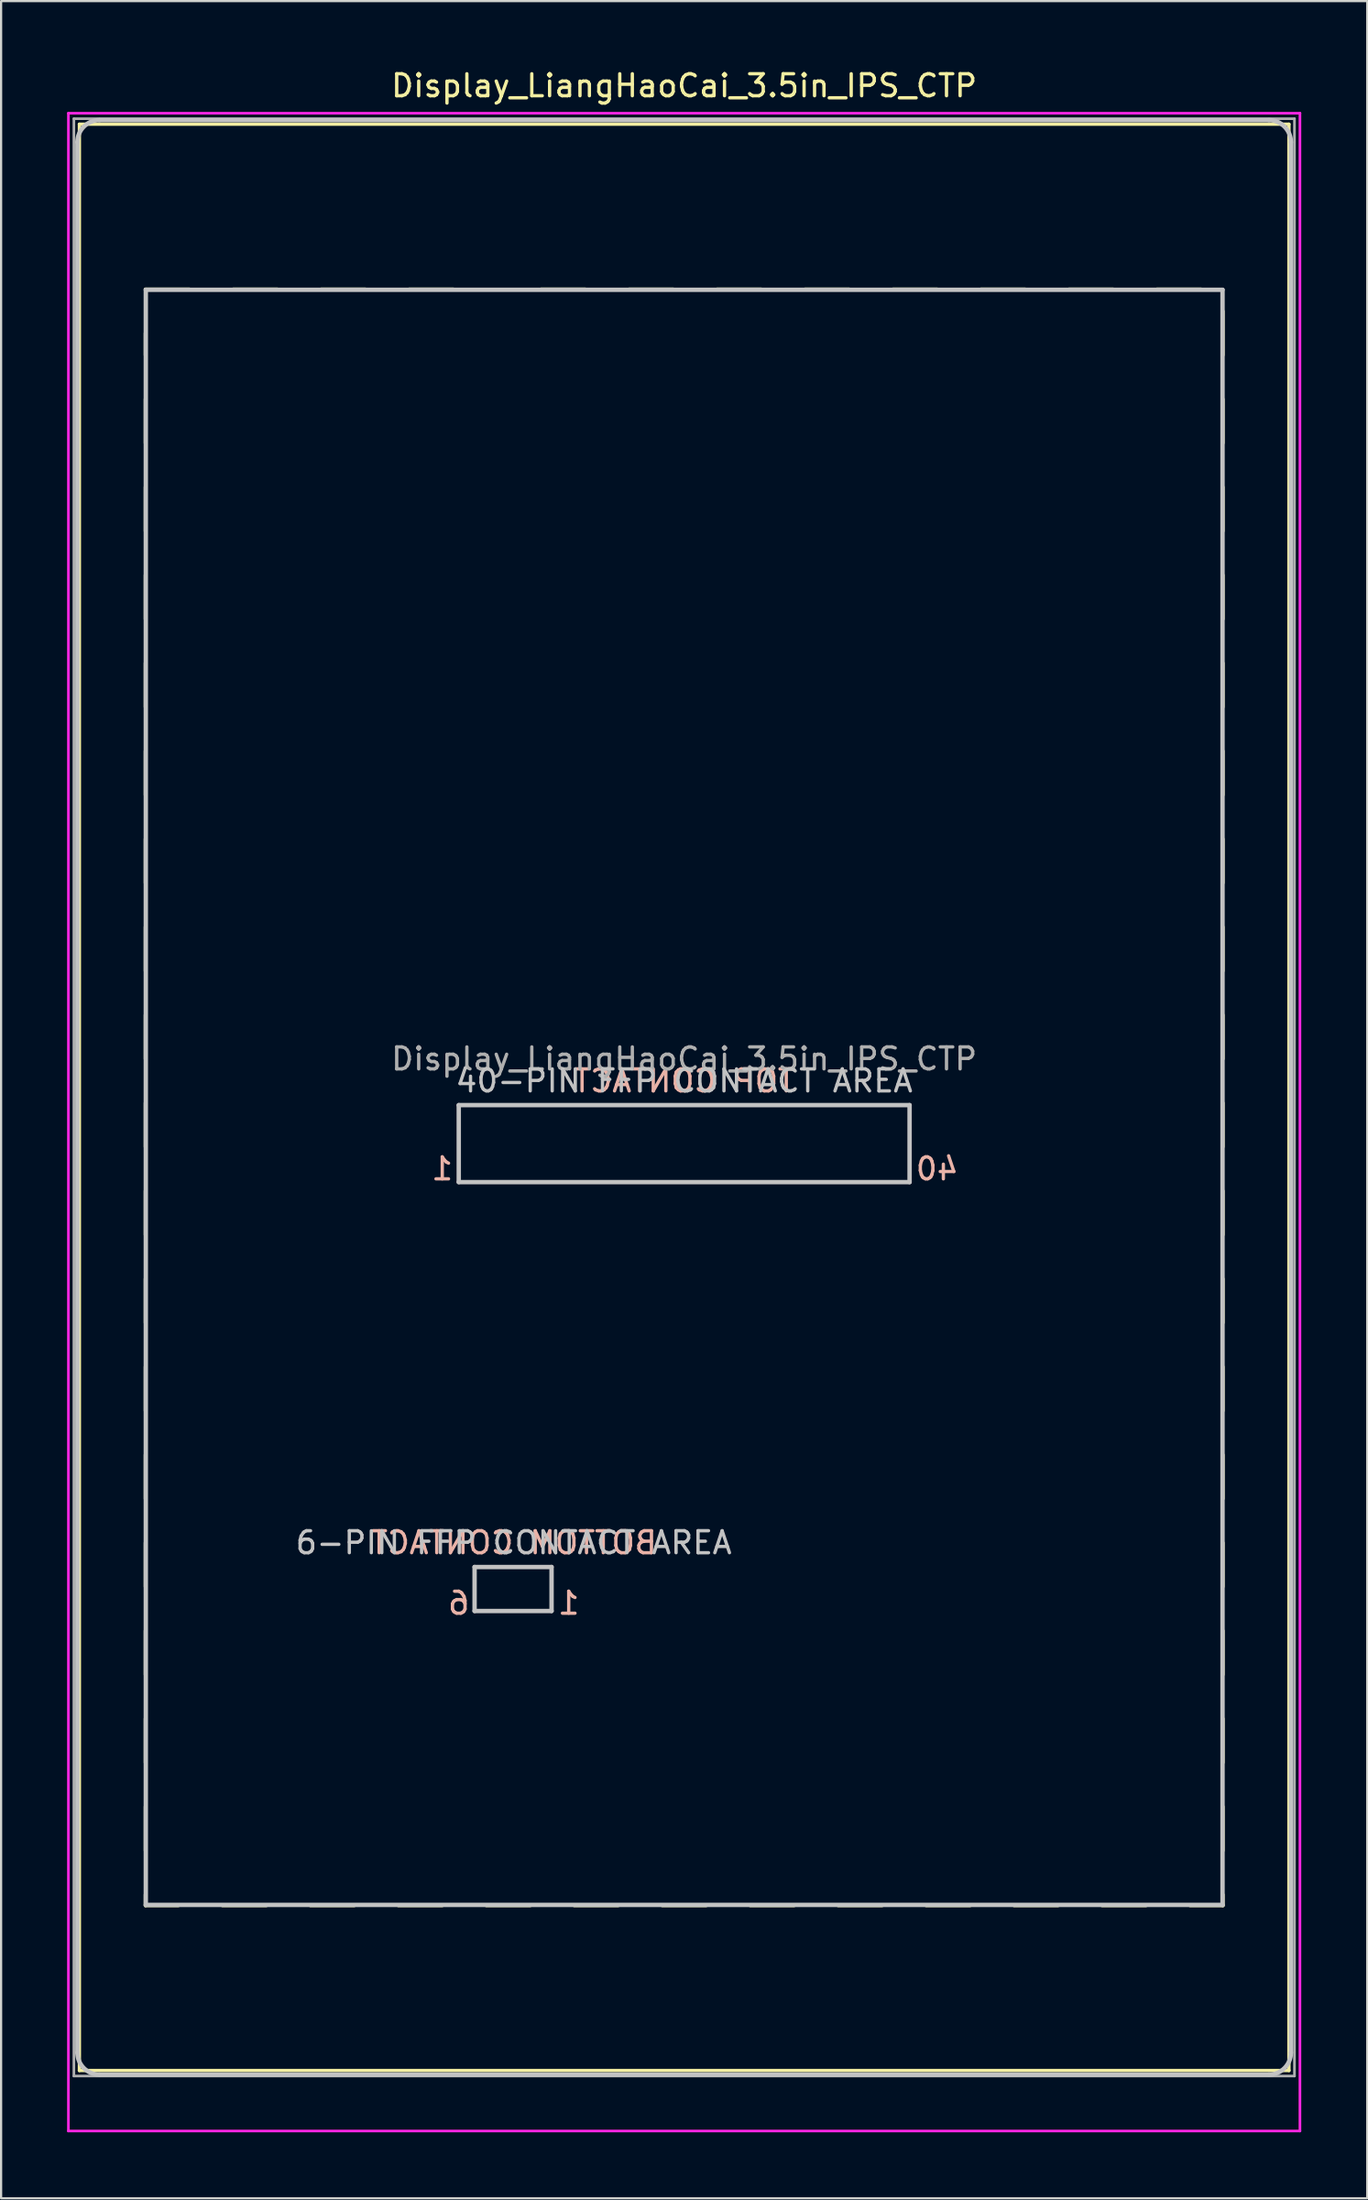
<source format=kicad_pcb>
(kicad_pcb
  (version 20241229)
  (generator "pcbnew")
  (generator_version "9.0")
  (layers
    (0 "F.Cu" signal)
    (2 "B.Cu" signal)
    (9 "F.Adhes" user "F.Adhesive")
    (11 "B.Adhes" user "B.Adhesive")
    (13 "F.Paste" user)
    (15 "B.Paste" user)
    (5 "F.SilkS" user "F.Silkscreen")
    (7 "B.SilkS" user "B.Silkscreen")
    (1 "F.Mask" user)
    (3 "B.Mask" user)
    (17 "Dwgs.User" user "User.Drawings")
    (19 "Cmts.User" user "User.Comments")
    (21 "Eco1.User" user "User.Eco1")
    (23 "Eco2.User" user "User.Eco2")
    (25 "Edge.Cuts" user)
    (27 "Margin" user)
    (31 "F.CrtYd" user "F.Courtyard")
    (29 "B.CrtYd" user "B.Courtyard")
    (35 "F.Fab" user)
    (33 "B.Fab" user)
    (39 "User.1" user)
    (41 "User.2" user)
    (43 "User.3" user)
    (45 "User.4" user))
  (footprint "Display_LiangHaoCai_3.5in_IPS_CTP"
    (layer "F.Cu")
    (at 28.06 46.848)
    (property "Reference" "Display_LiangHaoCai_3.5in_IPS_CTP" (at 0 -46 0) (layer "F.SilkS") (effects (font (size 1 1) (thickness 0.15))))
    (attr through_hole)
    (fp_line (start -27.5 -44.25) (end -27.5 44.25) (stroke (width 0.15) (type solid)) (layer "F.SilkS"))
    (fp_line (start -27.5 44.25) (end 27.5 44.25) (stroke (width 0.15) (type solid)) (layer "F.SilkS"))
    (fp_line (start -24.5 -36.75) (end -22.5 -36.75) (stroke (width 0.15) (type solid)) (layer "F.SilkS"))
    (fp_line (start -24.5 -34.75) (end -24.5 -33.75) (stroke (width 0.15) (type solid)) (layer "F.SilkS"))
    (fp_line (start -24.5 -31.75) (end -24.5 -29.75) (stroke (width 0.15) (type solid)) (layer "F.SilkS"))
    (fp_line (start -24.5 -27.75) (end -24.5 -25.75) (stroke (width 0.15) (type solid)) (layer "F.SilkS"))
    (fp_line (start -24.5 -23.75) (end -24.5 -21.75) (stroke (width 0.15) (type solid)) (layer "F.SilkS"))
    (fp_line (start -24.5 -19.75) (end -24.5 -17.75) (stroke (width 0.15) (type solid)) (layer "F.SilkS"))
    (fp_line (start -24.5 -15.75) (end -24.5 -13.75) (stroke (width 0.15) (type solid)) (layer "F.SilkS"))
    (fp_line (start -24.5 -11.75) (end -24.5 -9.75) (stroke (width 0.15) (type solid)) (layer "F.SilkS"))
    (fp_line (start -24.5 -7.75) (end -24.5 -5.75) (stroke (width 0.15) (type solid)) (layer "F.SilkS"))
    (fp_line (start -24.5 -3.75) (end -24.5 -1.75) (stroke (width 0.15) (type solid)) (layer "F.SilkS"))
    (fp_line (start -24.5 0.25) (end -24.5 2.25) (stroke (width 0.15) (type solid)) (layer "F.SilkS"))
    (fp_line (start -24.5 4.25) (end -24.5 6.25) (stroke (width 0.15) (type solid)) (layer "F.SilkS"))
    (fp_line (start -24.5 8.25) (end -24.5 10.25) (stroke (width 0.15) (type solid)) (layer "F.SilkS"))
    (fp_line (start -24.5 12.25) (end -24.5 14.25) (stroke (width 0.15) (type solid)) (layer "F.SilkS"))
    (fp_line (start -24.5 16.25) (end -24.5 18.25) (stroke (width 0.15) (type solid)) (layer "F.SilkS"))
    (fp_line (start -24.5 20.25) (end -24.5 22.25) (stroke (width 0.15) (type solid)) (layer "F.SilkS"))
    (fp_line (start -24.5 24.25) (end -24.5 26.25) (stroke (width 0.15) (type solid)) (layer "F.SilkS"))
    (fp_line (start -24.5 28.25) (end -24.5 30.25) (stroke (width 0.15) (type solid)) (layer "F.SilkS"))
    (fp_line (start -24.5 32.25) (end -24.5 34.25) (stroke (width 0.15) (type solid)) (layer "F.SilkS"))
    (fp_line (start -24.5 36.75) (end -24.5 36.25) (stroke (width 0.15) (type solid)) (layer "F.SilkS"))
    (fp_line (start -24.5 36.75) (end -23 36.75) (stroke (width 0.15) (type solid)) (layer "F.SilkS"))
    (fp_line (start -21 36.75) (end -19 36.75) (stroke (width 0.15) (type solid)) (layer "F.SilkS"))
    (fp_line (start -20.5 -36.75) (end -18.5 -36.75) (stroke (width 0.15) (type solid)) (layer "F.SilkS"))
    (fp_line (start -17 36.75) (end -15 36.75) (stroke (width 0.15) (type solid)) (layer "F.SilkS"))
    (fp_line (start -16.5 -36.75) (end -14.5 -36.75) (stroke (width 0.15) (type solid)) (layer "F.SilkS"))
    (fp_line (start -13 36.75) (end -11 36.75) (stroke (width 0.15) (type solid)) (layer "F.SilkS"))
    (fp_line (start -12.5 -36.75) (end -10.5 -36.75) (stroke (width 0.15) (type solid)) (layer "F.SilkS"))
    (fp_line (start -9 36.75) (end -7 36.75) (stroke (width 0.15) (type solid)) (layer "F.SilkS"))
    (fp_line (start -6.5 -36.75) (end -4.5 -36.75) (stroke (width 0.15) (type solid)) (layer "F.SilkS"))
    (fp_line (start -5 36.75) (end -3 36.75) (stroke (width 0.15) (type solid)) (layer "F.SilkS"))
    (fp_line (start -2.5 -36.75) (end -0.5 -36.75) (stroke (width 0.15) (type solid)) (layer "F.SilkS"))
    (fp_line (start -1 36.75) (end 1 36.75) (stroke (width 0.15) (type solid)) (layer "F.SilkS"))
    (fp_line (start 1.5 -36.75) (end 3.5 -36.75) (stroke (width 0.15) (type solid)) (layer "F.SilkS"))
    (fp_line (start 3 36.75) (end 5 36.75) (stroke (width 0.15) (type solid)) (layer "F.SilkS"))
    (fp_line (start 5.5 -36.75) (end 7.5 -36.75) (stroke (width 0.15) (type solid)) (layer "F.SilkS"))
    (fp_line (start 7 36.75) (end 9 36.75) (stroke (width 0.15) (type solid)) (layer "F.SilkS"))
    (fp_line (start 9.5 -36.75) (end 11.5 -36.75) (stroke (width 0.15) (type solid)) (layer "F.SilkS"))
    (fp_line (start 11 36.75) (end 13 36.75) (stroke (width 0.15) (type solid)) (layer "F.SilkS"))
    (fp_line (start 13.5 -36.75) (end 15.5 -36.75) (stroke (width 0.15) (type solid)) (layer "F.SilkS"))
    (fp_line (start 15 36.75) (end 17 36.75) (stroke (width 0.15) (type solid)) (layer "F.SilkS"))
    (fp_line (start 17.5 -36.75) (end 19.5 -36.75) (stroke (width 0.15) (type solid)) (layer "F.SilkS"))
    (fp_line (start 19 36.75) (end 21 36.75) (stroke (width 0.15) (type solid)) (layer "F.SilkS"))
    (fp_line (start 21.5 -36.75) (end 23.5 -36.75) (stroke (width 0.15) (type solid)) (layer "F.SilkS"))
    (fp_line (start 24.5 -35.75) (end 24.5 -33.75) (stroke (width 0.15) (type solid)) (layer "F.SilkS"))
    (fp_line (start 24.5 -31.75) (end 24.5 -29.75) (stroke (width 0.15) (type solid)) (layer "F.SilkS"))
    (fp_line (start 24.5 -27.75) (end 24.5 -25.75) (stroke (width 0.15) (type solid)) (layer "F.SilkS"))
    (fp_line (start 24.5 -23.75) (end 24.5 -21.75) (stroke (width 0.15) (type solid)) (layer "F.SilkS"))
    (fp_line (start 24.5 -19.75) (end 24.5 -17.75) (stroke (width 0.15) (type solid)) (layer "F.SilkS"))
    (fp_line (start 24.5 -15.75) (end 24.5 -13.75) (stroke (width 0.15) (type solid)) (layer "F.SilkS"))
    (fp_line (start 24.5 -11.75) (end 24.5 -9.75) (stroke (width 0.15) (type solid)) (layer "F.SilkS"))
    (fp_line (start 24.5 -7.75) (end 24.5 -5.75) (stroke (width 0.15) (type solid)) (layer "F.SilkS"))
    (fp_line (start 24.5 -3.75) (end 24.5 -1.75) (stroke (width 0.15) (type solid)) (layer "F.SilkS"))
    (fp_line (start 24.5 0.25) (end 24.5 2.25) (stroke (width 0.15) (type solid)) (layer "F.SilkS"))
    (fp_line (start 24.5 4.25) (end 24.5 6.25) (stroke (width 0.15) (type solid)) (layer "F.SilkS"))
    (fp_line (start 24.5 8.25) (end 24.5 10.25) (stroke (width 0.15) (type solid)) (layer "F.SilkS"))
    (fp_line (start 24.5 12.25) (end 24.5 14.25) (stroke (width 0.15) (type solid)) (layer "F.SilkS"))
    (fp_line (start 24.5 16.25) (end 24.5 18.25) (stroke (width 0.15) (type solid)) (layer "F.SilkS"))
    (fp_line (start 24.5 20.25) (end 24.5 22.25) (stroke (width 0.15) (type solid)) (layer "F.SilkS"))
    (fp_line (start 24.5 24.25) (end 24.5 26.25) (stroke (width 0.15) (type solid)) (layer "F.SilkS"))
    (fp_line (start 24.5 28.25) (end 24.5 30.25) (stroke (width 0.15) (type solid)) (layer "F.SilkS"))
    (fp_line (start 24.5 32.25) (end 24.5 34.25) (stroke (width 0.15) (type solid)) (layer "F.SilkS"))
    (fp_line (start 24.5 36.25) (end 24.5 36.75) (stroke (width 0.15) (type solid)) (layer "F.SilkS"))
    (fp_line (start 24.5 36.75) (end 23 36.75) (stroke (width 0.15) (type solid)) (layer "F.SilkS"))
    (fp_line (start 27.5 -44.25) (end -27.5 -44.25) (stroke (width 0.15) (type solid)) (layer "F.SilkS"))
    (fp_line (start 27.5 44.25) (end 27.5 -44.25) (stroke (width 0.15) (type solid)) (layer "F.SilkS"))
    (fp_line (start -27.59 -43.435) (end -27.59 43.435) (stroke (width 0.2) (type solid)) (layer "Dwgs.User"))
    (fp_line (start -26.59 44.435) (end 26.59 44.435) (stroke (width 0.2) (type solid)) (layer "Dwgs.User"))
    (fp_line (start -24.48 -36.72) (end -24.48 36.72) (stroke (width 0.2) (type solid)) (layer "Dwgs.User"))
    (fp_line (start -24.48 36.72) (end 24.48 36.72) (stroke (width 0.2) (type solid)) (layer "Dwgs.User"))
    (fp_line (start -10.25 0.353) (end -10.25 3.853) (stroke (width 0.2) (type solid)) (layer "Dwgs.User"))
    (fp_line (start -10.25 0.353) (end 10.25 0.353) (stroke (width 0.2) (type solid)) (layer "Dwgs.User"))
    (fp_line (start -10.25 3.853) (end 10.25 3.853) (stroke (width 0.2) (type solid)) (layer "Dwgs.User"))
    (fp_line (start -9.53 21.355) (end -9.53 23.355) (stroke (width 0.2) (type solid)) (layer "Dwgs.User"))
    (fp_line (start -9.53 21.355) (end -6.03 21.355) (stroke (width 0.2) (type solid)) (layer "Dwgs.User"))
    (fp_line (start -9.53 23.355) (end -6.03 23.355) (stroke (width 0.2) (type solid)) (layer "Dwgs.User"))
    (fp_line (start -6.03 21.355) (end -6.03 23.355) (stroke (width 0.2) (type solid)) (layer "Dwgs.User"))
    (fp_line (start 10.25 0.353) (end 10.25 3.853) (stroke (width 0.2) (type solid)) (layer "Dwgs.User"))
    (fp_line (start 24.48 -36.72) (end -24.48 -36.72) (stroke (width 0.2) (type solid)) (layer "Dwgs.User"))
    (fp_line (start 24.48 36.72) (end 24.48 -36.72) (stroke (width 0.2) (type solid)) (layer "Dwgs.User"))
    (fp_line (start 26.59 -44.435) (end -26.59 -44.435) (stroke (width 0.2) (type solid)) (layer "Dwgs.User"))
    (fp_line (start 27.59 43.435) (end 27.59 -43.435) (stroke (width 0.2) (type solid)) (layer "Dwgs.User"))
    (fp_arc (start -27.59 -43.435) (mid -27.297107 -44.142107) (end -26.59 -44.435) (stroke (width 0.2) (type solid)) (layer "Dwgs.User"))
    (fp_arc (start -26.59 44.435) (mid -27.297107 44.142107) (end -27.59 43.435) (stroke (width 0.2) (type solid)) (layer "Dwgs.User"))
    (fp_arc (start 26.59 -44.435) (mid 27.297107 -44.142107) (end 27.59 -43.435) (stroke (width 0.2) (type solid)) (layer "Dwgs.User"))
    (fp_arc (start 27.59 43.435) (mid 27.297107 44.142107) (end 26.59 44.435) (stroke (width 0.2) (type solid)) (layer "Dwgs.User"))
    (fp_line (start -11.53 24.605) (end -1.53 24.605) (stroke (width 0.2) (type solid)) (layer "Eco1.User"))
    (fp_line (start -11.53 45.435) (end -11.53 24.605) (stroke (width 0.2) (type solid)) (layer "Eco1.User"))
    (fp_line (start -11.53 45.435) (end -1.53 45.435) (stroke (width 0.2) (type solid)) (layer "Eco1.User"))
    (fp_line (start -11.25 8.853) (end 11.25 8.853) (stroke (width 0.2) (type solid)) (layer "Eco1.User"))
    (fp_line (start -11.25 13.853) (end -11.25 8.853) (stroke (width 0.2) (type solid)) (layer "Eco1.User"))
    (fp_line (start -11.25 13.853) (end 11.25 13.853) (stroke (width 0.2) (type solid)) (layer "Eco1.User"))
    (fp_line (start -1.53 45.435) (end -1.53 24.605) (stroke (width 0.2) (type solid)) (layer "Eco1.User"))
    (fp_line (start 11.25 13.853) (end 11.25 8.853) (stroke (width 0.2) (type solid)) (layer "Eco1.User"))
    (fp_line (start -28 -44.75) (end 28 -44.75) (stroke (width 0.12) (type solid)) (layer "F.CrtYd"))
    (fp_line (start -28 47) (end -28 -44.75) (stroke (width 0.12) (type solid)) (layer "F.CrtYd"))
    (fp_line (start 28 -44.75) (end 28 47) (stroke (width 0.12) (type solid)) (layer "F.CrtYd"))
    (fp_line (start 28 47) (end -28 47) (stroke (width 0.12) (type solid)) (layer "F.CrtYd"))
    (fp_line (start -27.75 -44.5) (end -27.75 44.5) (stroke (width 0.12) (type solid)) (layer "F.Fab"))
    (fp_line (start -27.75 44.5) (end 27.75 44.5) (stroke (width 0.12) (type solid)) (layer "F.Fab"))
    (fp_line (start 27.75 -44.5) (end -27.75 -44.5) (stroke (width 0.12) (type solid)) (layer "F.Fab"))
    (fp_line (start 27.75 44.5) (end 27.75 -44.5) (stroke (width 0.12) (type solid)) (layer "F.Fab"))
    (fp_text user "1" (at -5.25 23 0) (layer "B.SilkS") (effects (font (size 1 1) (thickness 0.15)) (justify mirror)))
    (fp_text user "TOP CONTACT" (at 0 -0.75 0) (layer "B.SilkS") (effects (font (size 1 1) (thickness 0.15)) (justify mirror)))
    (fp_text user "40" (at 11.5 3.25 0) (layer "B.SilkS") (effects (font (size 1 1) (thickness 0.15)) (justify mirror)))
    (fp_text user "6" (at -10.25 23 0) (layer "B.SilkS") (effects (font (size 1 1) (thickness 0.15)) (justify mirror)))
    (fp_text user "BOTTOM CONTACT" (at -7.75 20.25 0) (layer "B.SilkS") (effects (font (size 1 1) (thickness 0.15)) (justify mirror)))
    (fp_text user "1" (at -11 3.25 0) (layer "B.SilkS") (effects (font (size 1 1) (thickness 0.15)) (justify mirror)))
    (fp_text user "6-PIN FFP CONTACT AREA" (at -7.75 20.25 0) (layer "Dwgs.User") (effects (font (size 1 1) (thickness 0.15))))
    (fp_text user "40-PIN FFP CONTACT AREA" (at 0 -0.75 0) (layer "Dwgs.User") (effects (font (size 1 1) (thickness 0.15))))
    (fp_text user "${REFERENCE}" (at 0 -1.75 0) (layer "F.Fab") (effects (font (size 1 1) (thickness 0.15)))))
  (gr_rect
    (start -3 -3)
    (end 59.12 96.908)
    (stroke (width 0.1) (type default))
    (fill no)
    (layer "Edge.Cuts")))
</source>
